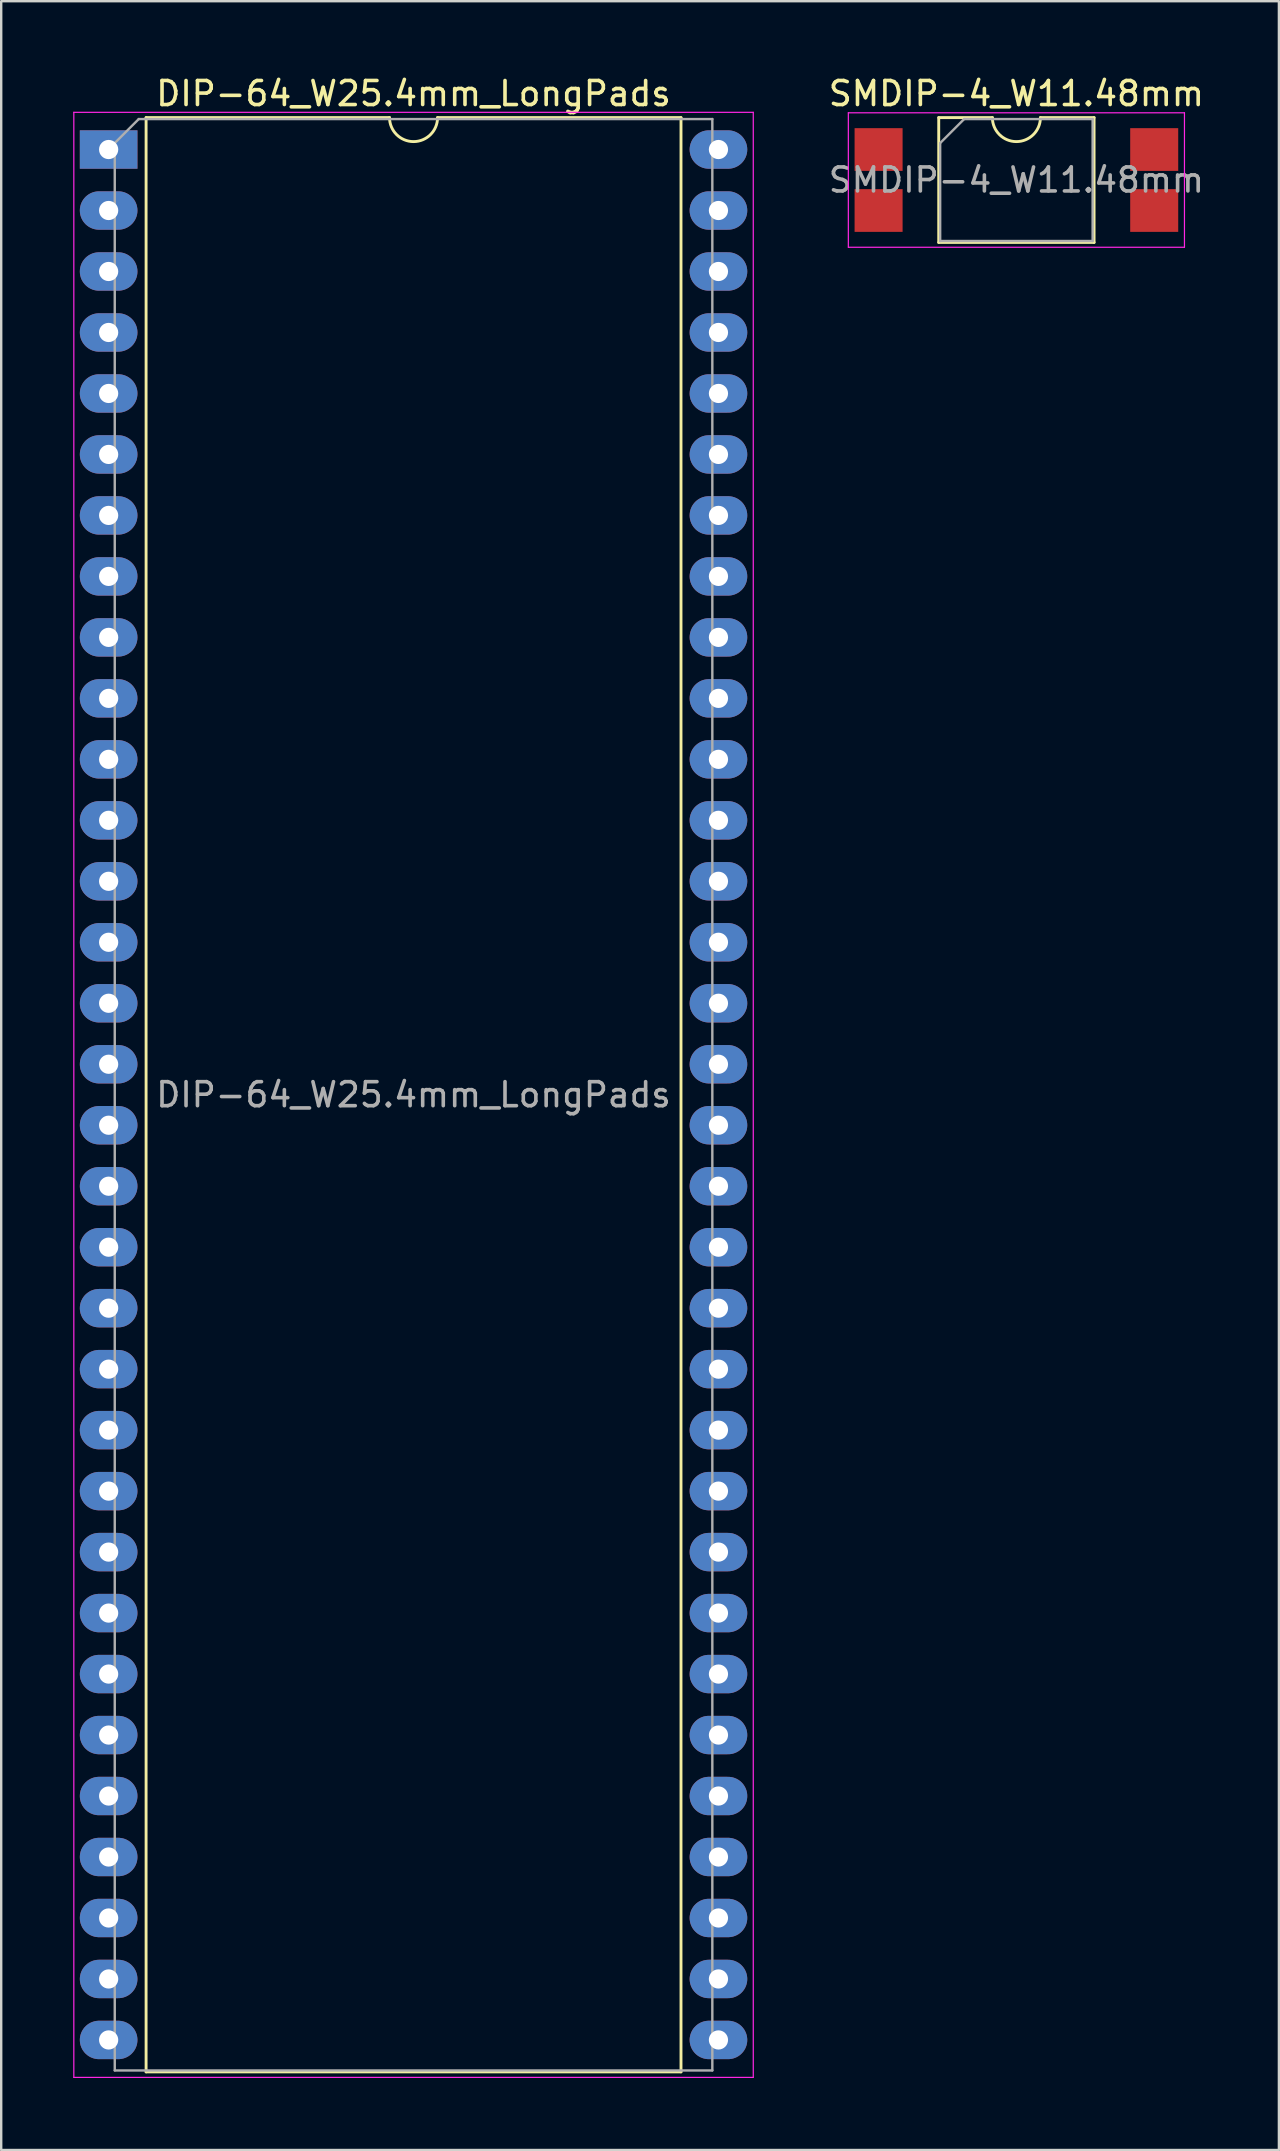
<source format=kicad_pcb>
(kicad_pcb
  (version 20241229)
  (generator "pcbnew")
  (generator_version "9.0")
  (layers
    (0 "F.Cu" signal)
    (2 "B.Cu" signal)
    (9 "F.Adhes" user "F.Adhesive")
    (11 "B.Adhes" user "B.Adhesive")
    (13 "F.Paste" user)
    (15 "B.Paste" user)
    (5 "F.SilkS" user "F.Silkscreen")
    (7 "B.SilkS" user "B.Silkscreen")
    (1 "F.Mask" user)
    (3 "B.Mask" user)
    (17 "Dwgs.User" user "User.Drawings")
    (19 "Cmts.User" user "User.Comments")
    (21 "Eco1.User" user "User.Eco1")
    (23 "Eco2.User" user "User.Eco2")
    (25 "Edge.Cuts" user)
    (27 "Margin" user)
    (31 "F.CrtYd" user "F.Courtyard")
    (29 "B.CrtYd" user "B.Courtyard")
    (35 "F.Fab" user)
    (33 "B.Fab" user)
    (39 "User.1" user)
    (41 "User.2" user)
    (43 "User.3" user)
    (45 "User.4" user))
  (footprint "DIP-64_W25.4mm_LongPads"
    (layer "F.Cu")
    (at 1.475 3.178)
    (property "Reference" "DIP-64_W25.4mm_LongPads" (at 12.7 -2.33 0) (layer "F.SilkS") (effects (font (size 1 1) (thickness 0.15))))
    (attr through_hole)
    (fp_line (start 1.56 -1.33) (end 1.56 80.07) (stroke (width 0.12) (type solid)) (layer "F.SilkS"))
    (fp_line (start 1.56 80.07) (end 23.84 80.07) (stroke (width 0.12) (type solid)) (layer "F.SilkS"))
    (fp_line (start 11.7 -1.33) (end 1.56 -1.33) (stroke (width 0.12) (type solid)) (layer "F.SilkS"))
    (fp_line (start 23.84 -1.33) (end 13.7 -1.33) (stroke (width 0.12) (type solid)) (layer "F.SilkS"))
    (fp_line (start 23.84 80.07) (end 23.84 -1.33) (stroke (width 0.12) (type solid)) (layer "F.SilkS"))
    (fp_arc (start 13.7 -1.33) (mid 12.7 -0.33) (end 11.7 -1.33) (stroke (width 0.12) (type solid)) (layer "F.SilkS"))
    (fp_line (start -1.45 -1.55) (end -1.45 80.3) (stroke (width 0.05) (type solid)) (layer "F.CrtYd"))
    (fp_line (start -1.45 80.3) (end 26.85 80.3) (stroke (width 0.05) (type solid)) (layer "F.CrtYd"))
    (fp_line (start 26.85 -1.55) (end -1.45 -1.55) (stroke (width 0.05) (type solid)) (layer "F.CrtYd"))
    (fp_line (start 26.85 80.3) (end 26.85 -1.55) (stroke (width 0.05) (type solid)) (layer "F.CrtYd"))
    (fp_line (start 0.255 -0.27) (end 1.255 -1.27) (stroke (width 0.1) (type solid)) (layer "F.Fab"))
    (fp_line (start 0.255 80.01) (end 0.255 -0.27) (stroke (width 0.1) (type solid)) (layer "F.Fab"))
    (fp_line (start 1.255 -1.27) (end 25.145 -1.27) (stroke (width 0.1) (type solid)) (layer "F.Fab"))
    (fp_line (start 25.145 -1.27) (end 25.145 80.01) (stroke (width 0.1) (type solid)) (layer "F.Fab"))
    (fp_line (start 25.145 80.01) (end 0.255 80.01) (stroke (width 0.1) (type solid)) (layer "F.Fab"))
    (fp_text user "${REFERENCE}" (at 12.7 39.37 0) (layer "F.Fab") (effects (font (size 1 1) (thickness 0.15))))
    (pad "1" thru_hole rect (at 0 0) (size 2.4 1.6) (drill 0.8) (layers "*.Cu" "*.Mask"))
    (pad "2" thru_hole oval (at 0 2.54) (size 2.4 1.6) (drill 0.8) (layers "*.Cu" "*.Mask"))
    (pad "3" thru_hole oval (at 0 5.08) (size 2.4 1.6) (drill 0.8) (layers "*.Cu" "*.Mask"))
    (pad "4" thru_hole oval (at 0 7.62) (size 2.4 1.6) (drill 0.8) (layers "*.Cu" "*.Mask"))
    (pad "5" thru_hole oval (at 0 10.16) (size 2.4 1.6) (drill 0.8) (layers "*.Cu" "*.Mask"))
    (pad "6" thru_hole oval (at 0 12.7) (size 2.4 1.6) (drill 0.8) (layers "*.Cu" "*.Mask"))
    (pad "7" thru_hole oval (at 0 15.24) (size 2.4 1.6) (drill 0.8) (layers "*.Cu" "*.Mask"))
    (pad "8" thru_hole oval (at 0 17.78) (size 2.4 1.6) (drill 0.8) (layers "*.Cu" "*.Mask"))
    (pad "9" thru_hole oval (at 0 20.32) (size 2.4 1.6) (drill 0.8) (layers "*.Cu" "*.Mask"))
    (pad "10" thru_hole oval (at 0 22.86) (size 2.4 1.6) (drill 0.8) (layers "*.Cu" "*.Mask"))
    (pad "11" thru_hole oval (at 0 25.4) (size 2.4 1.6) (drill 0.8) (layers "*.Cu" "*.Mask"))
    (pad "12" thru_hole oval (at 0 27.94) (size 2.4 1.6) (drill 0.8) (layers "*.Cu" "*.Mask"))
    (pad "13" thru_hole oval (at 0 30.48) (size 2.4 1.6) (drill 0.8) (layers "*.Cu" "*.Mask"))
    (pad "14" thru_hole oval (at 0 33.02) (size 2.4 1.6) (drill 0.8) (layers "*.Cu" "*.Mask"))
    (pad "15" thru_hole oval (at 0 35.56) (size 2.4 1.6) (drill 0.8) (layers "*.Cu" "*.Mask"))
    (pad "16" thru_hole oval (at 0 38.1) (size 2.4 1.6) (drill 0.8) (layers "*.Cu" "*.Mask"))
    (pad "17" thru_hole oval (at 0 40.64) (size 2.4 1.6) (drill 0.8) (layers "*.Cu" "*.Mask"))
    (pad "18" thru_hole oval (at 0 43.18) (size 2.4 1.6) (drill 0.8) (layers "*.Cu" "*.Mask"))
    (pad "19" thru_hole oval (at 0 45.72) (size 2.4 1.6) (drill 0.8) (layers "*.Cu" "*.Mask"))
    (pad "20" thru_hole oval (at 0 48.26) (size 2.4 1.6) (drill 0.8) (layers "*.Cu" "*.Mask"))
    (pad "21" thru_hole oval (at 0 50.8) (size 2.4 1.6) (drill 0.8) (layers "*.Cu" "*.Mask"))
    (pad "22" thru_hole oval (at 0 53.34) (size 2.4 1.6) (drill 0.8) (layers "*.Cu" "*.Mask"))
    (pad "23" thru_hole oval (at 0 55.88) (size 2.4 1.6) (drill 0.8) (layers "*.Cu" "*.Mask"))
    (pad "24" thru_hole oval (at 0 58.42) (size 2.4 1.6) (drill 0.8) (layers "*.Cu" "*.Mask"))
    (pad "25" thru_hole oval (at 0 60.96) (size 2.4 1.6) (drill 0.8) (layers "*.Cu" "*.Mask"))
    (pad "26" thru_hole oval (at 0 63.5) (size 2.4 1.6) (drill 0.8) (layers "*.Cu" "*.Mask"))
    (pad "27" thru_hole oval (at 0 66.04) (size 2.4 1.6) (drill 0.8) (layers "*.Cu" "*.Mask"))
    (pad "28" thru_hole oval (at 0 68.58) (size 2.4 1.6) (drill 0.8) (layers "*.Cu" "*.Mask"))
    (pad "29" thru_hole oval (at 0 71.12) (size 2.4 1.6) (drill 0.8) (layers "*.Cu" "*.Mask"))
    (pad "30" thru_hole oval (at 0 73.66) (size 2.4 1.6) (drill 0.8) (layers "*.Cu" "*.Mask"))
    (pad "31" thru_hole oval (at 0 76.2) (size 2.4 1.6) (drill 0.8) (layers "*.Cu" "*.Mask"))
    (pad "32" thru_hole oval (at 0 78.74) (size 2.4 1.6) (drill 0.8) (layers "*.Cu" "*.Mask"))
    (pad "33" thru_hole oval (at 25.4 78.74) (size 2.4 1.6) (drill 0.8) (layers "*.Cu" "*.Mask"))
    (pad "34" thru_hole oval (at 25.4 76.2) (size 2.4 1.6) (drill 0.8) (layers "*.Cu" "*.Mask"))
    (pad "35" thru_hole oval (at 25.4 73.66) (size 2.4 1.6) (drill 0.8) (layers "*.Cu" "*.Mask"))
    (pad "36" thru_hole oval (at 25.4 71.12) (size 2.4 1.6) (drill 0.8) (layers "*.Cu" "*.Mask"))
    (pad "37" thru_hole oval (at 25.4 68.58) (size 2.4 1.6) (drill 0.8) (layers "*.Cu" "*.Mask"))
    (pad "38" thru_hole oval (at 25.4 66.04) (size 2.4 1.6) (drill 0.8) (layers "*.Cu" "*.Mask"))
    (pad "39" thru_hole oval (at 25.4 63.5) (size 2.4 1.6) (drill 0.8) (layers "*.Cu" "*.Mask"))
    (pad "40" thru_hole oval (at 25.4 60.96) (size 2.4 1.6) (drill 0.8) (layers "*.Cu" "*.Mask"))
    (pad "41" thru_hole oval (at 25.4 58.42) (size 2.4 1.6) (drill 0.8) (layers "*.Cu" "*.Mask"))
    (pad "42" thru_hole oval (at 25.4 55.88) (size 2.4 1.6) (drill 0.8) (layers "*.Cu" "*.Mask"))
    (pad "43" thru_hole oval (at 25.4 53.34) (size 2.4 1.6) (drill 0.8) (layers "*.Cu" "*.Mask"))
    (pad "44" thru_hole oval (at 25.4 50.8) (size 2.4 1.6) (drill 0.8) (layers "*.Cu" "*.Mask"))
    (pad "45" thru_hole oval (at 25.4 48.26) (size 2.4 1.6) (drill 0.8) (layers "*.Cu" "*.Mask"))
    (pad "46" thru_hole oval (at 25.4 45.72) (size 2.4 1.6) (drill 0.8) (layers "*.Cu" "*.Mask"))
    (pad "47" thru_hole oval (at 25.4 43.18) (size 2.4 1.6) (drill 0.8) (layers "*.Cu" "*.Mask"))
    (pad "48" thru_hole oval (at 25.4 40.64) (size 2.4 1.6) (drill 0.8) (layers "*.Cu" "*.Mask"))
    (pad "49" thru_hole oval (at 25.4 38.1) (size 2.4 1.6) (drill 0.8) (layers "*.Cu" "*.Mask"))
    (pad "50" thru_hole oval (at 25.4 35.56) (size 2.4 1.6) (drill 0.8) (layers "*.Cu" "*.Mask"))
    (pad "51" thru_hole oval (at 25.4 33.02) (size 2.4 1.6) (drill 0.8) (layers "*.Cu" "*.Mask"))
    (pad "52" thru_hole oval (at 25.4 30.48) (size 2.4 1.6) (drill 0.8) (layers "*.Cu" "*.Mask"))
    (pad "53" thru_hole oval (at 25.4 27.94) (size 2.4 1.6) (drill 0.8) (layers "*.Cu" "*.Mask"))
    (pad "54" thru_hole oval (at 25.4 25.4) (size 2.4 1.6) (drill 0.8) (layers "*.Cu" "*.Mask"))
    (pad "55" thru_hole oval (at 25.4 22.86) (size 2.4 1.6) (drill 0.8) (layers "*.Cu" "*.Mask"))
    (pad "56" thru_hole oval (at 25.4 20.32) (size 2.4 1.6) (drill 0.8) (layers "*.Cu" "*.Mask"))
    (pad "57" thru_hole oval (at 25.4 17.78) (size 2.4 1.6) (drill 0.8) (layers "*.Cu" "*.Mask"))
    (pad "58" thru_hole oval (at 25.4 15.24) (size 2.4 1.6) (drill 0.8) (layers "*.Cu" "*.Mask"))
    (pad "59" thru_hole oval (at 25.4 12.7) (size 2.4 1.6) (drill 0.8) (layers "*.Cu" "*.Mask"))
    (pad "60" thru_hole oval (at 25.4 10.16) (size 2.4 1.6) (drill 0.8) (layers "*.Cu" "*.Mask"))
    (pad "61" thru_hole oval (at 25.4 7.62) (size 2.4 1.6) (drill 0.8) (layers "*.Cu" "*.Mask"))
    (pad "62" thru_hole oval (at 25.4 5.08) (size 2.4 1.6) (drill 0.8) (layers "*.Cu" "*.Mask"))
    (pad "63" thru_hole oval (at 25.4 2.54) (size 2.4 1.6) (drill 0.8) (layers "*.Cu" "*.Mask"))
    (pad "64" thru_hole oval (at 25.4 0) (size 2.4 1.6) (drill 0.8) (layers "*.Cu" "*.Mask")))
  (footprint "SMDIP-4_W11.48mm"
    (layer "F.Cu")
    (at 39.285 4.448)
    (property "Reference" "SMDIP-4_W11.48mm" (at 0 -3.6 0) (layer "F.SilkS") (effects (font (size 1 1) (thickness 0.15))))
    (attr smd)
    (fp_line (start -3.235 -2.6) (end -3.235 2.6) (stroke (width 0.12) (type solid)) (layer "F.SilkS"))
    (fp_line (start -3.235 2.6) (end 3.235 2.6) (stroke (width 0.12) (type solid)) (layer "F.SilkS"))
    (fp_line (start -1 -2.6) (end -3.235 -2.6) (stroke (width 0.12) (type solid)) (layer "F.SilkS"))
    (fp_line (start 3.235 -2.6) (end 1 -2.6) (stroke (width 0.12) (type solid)) (layer "F.SilkS"))
    (fp_line (start 3.235 2.6) (end 3.235 -2.6) (stroke (width 0.12) (type solid)) (layer "F.SilkS"))
    (fp_arc (start 1 -2.6) (mid 0 -1.6) (end -1 -2.6) (stroke (width 0.12) (type solid)) (layer "F.SilkS"))
    (fp_line (start -7 -2.8) (end -7 2.8) (stroke (width 0.05) (type solid)) (layer "F.CrtYd"))
    (fp_line (start -7 2.8) (end 7 2.8) (stroke (width 0.05) (type solid)) (layer "F.CrtYd"))
    (fp_line (start 7 -2.8) (end -7 -2.8) (stroke (width 0.05) (type solid)) (layer "F.CrtYd"))
    (fp_line (start 7 2.8) (end 7 -2.8) (stroke (width 0.05) (type solid)) (layer "F.CrtYd"))
    (fp_line (start -3.175 -1.54) (end -2.175 -2.54) (stroke (width 0.1) (type solid)) (layer "F.Fab"))
    (fp_line (start -3.175 2.54) (end -3.175 -1.54) (stroke (width 0.1) (type solid)) (layer "F.Fab"))
    (fp_line (start -2.175 -2.54) (end 3.175 -2.54) (stroke (width 0.1) (type solid)) (layer "F.Fab"))
    (fp_line (start 3.175 -2.54) (end 3.175 2.54) (stroke (width 0.1) (type solid)) (layer "F.Fab"))
    (fp_line (start 3.175 2.54) (end -3.175 2.54) (stroke (width 0.1) (type solid)) (layer "F.Fab"))
    (fp_text user "${REFERENCE}" (at 0 0 0) (layer "F.Fab") (effects (font (size 1 1) (thickness 0.15))))
    (pad "1" smd rect (at -5.74 -1.27) (size 2 1.78) (layers "F.Cu" "F.Mask" "F.Paste"))
    (pad "2" smd rect (at -5.74 1.27) (size 2 1.78) (layers "F.Cu" "F.Mask" "F.Paste"))
    (pad "3" smd rect (at 5.74 1.27) (size 2 1.78) (layers "F.Cu" "F.Mask" "F.Paste"))
    (pad "4" smd rect (at 5.74 -1.27) (size 2 1.78) (layers "F.Cu" "F.Mask" "F.Paste")))
  (gr_rect
    (start -3 -3)
    (end 50.219 86.503)
    (stroke (width 0.1) (type default))
    (fill no)
    (layer "Edge.Cuts")))
</source>
